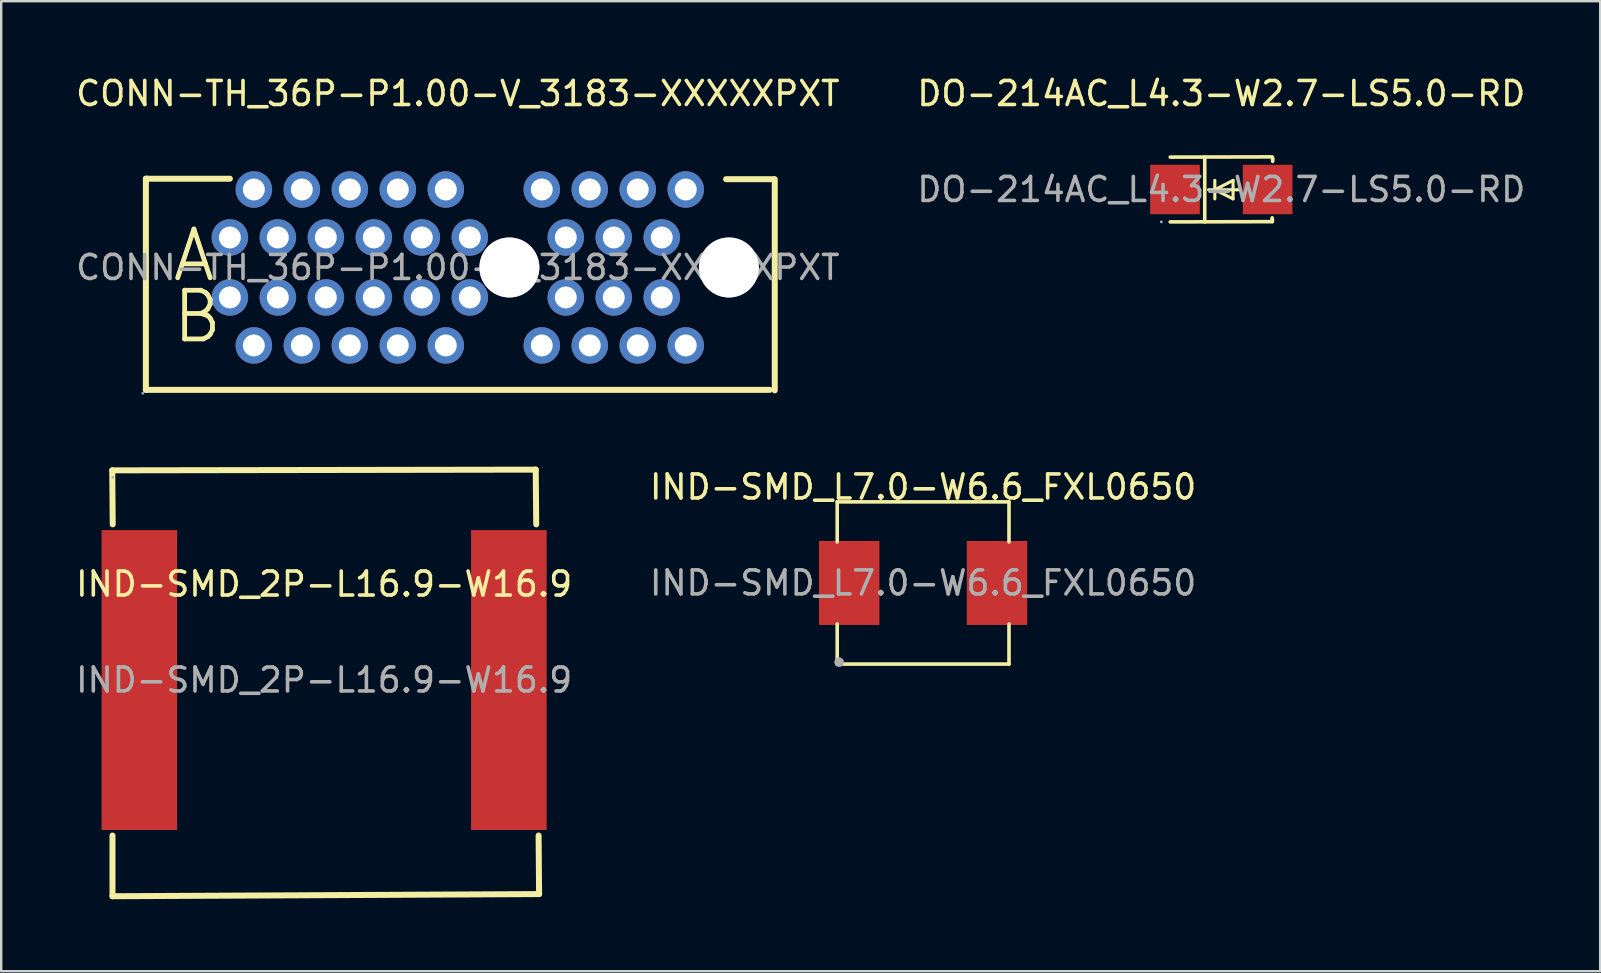
<source format=kicad_pcb>
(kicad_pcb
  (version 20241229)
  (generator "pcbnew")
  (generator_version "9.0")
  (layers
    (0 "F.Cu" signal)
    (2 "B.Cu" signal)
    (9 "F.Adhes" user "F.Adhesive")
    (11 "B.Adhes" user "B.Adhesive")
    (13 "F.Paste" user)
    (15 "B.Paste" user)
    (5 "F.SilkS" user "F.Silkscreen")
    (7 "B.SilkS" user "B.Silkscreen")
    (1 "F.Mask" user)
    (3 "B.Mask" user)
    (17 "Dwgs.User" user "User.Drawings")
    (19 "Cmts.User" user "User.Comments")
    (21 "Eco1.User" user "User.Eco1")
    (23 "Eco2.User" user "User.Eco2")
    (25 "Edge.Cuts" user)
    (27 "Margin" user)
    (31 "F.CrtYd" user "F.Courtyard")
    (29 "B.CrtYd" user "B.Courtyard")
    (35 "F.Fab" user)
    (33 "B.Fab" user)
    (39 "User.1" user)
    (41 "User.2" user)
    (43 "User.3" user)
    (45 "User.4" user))
  (footprint "DO-214AC_L4.3-W2.7-LS5.0-RD"
    (layer "F.Cu")
    (at 47.851 4.848)
    (property "Reference" "DO-214AC_L4.3-W2.7-LS5.0-RD" (at 0 -4 0) (layer "F.SilkS") (effects (font (size 1 1) (thickness 0.15))))
    (attr smd)
    (fp_line (start -2.13 -1.35) (end 2.12 -1.36) (stroke (width 0.15) (type solid)) (layer "F.SilkS"))
    (fp_line (start -2.13 1.35) (end 2.11 1.34) (stroke (width 0.15) (type solid)) (layer "F.SilkS"))
    (fp_line (start -0.69 -1.35) (end -0.69 1.35) (stroke (width 0.15) (type solid)) (layer "F.SilkS"))
    (fp_line (start -0.27 0.01) (end -0.27 -0.38) (stroke (width 0.13) (type solid)) (layer "F.SilkS"))
    (fp_line (start -0.27 0.01) (end -0.27 0.39) (stroke (width 0.13) (type solid)) (layer "F.SilkS"))
    (fp_line (start 0.49 -0.38) (end -0.27 0.01) (stroke (width 0.13) (type solid)) (layer "F.SilkS"))
    (fp_line (start 0.49 0.01) (end 0.49 -0.38) (stroke (width 0.13) (type solid)) (layer "F.SilkS"))
    (fp_line (start 0.49 0.01) (end 0.49 0.39) (stroke (width 0.13) (type solid)) (layer "F.SilkS"))
    (fp_line (start 0.49 0.39) (end -0.27 0.01) (stroke (width 0.13) (type solid)) (layer "F.SilkS"))
    (fp_line (start 0.74 0.01) (end -0.53 0.01) (stroke (width 0.13) (type solid)) (layer "F.SilkS"))
    (fp_line (start 2.12 1.18) (end 2.12 1.23) (stroke (width 0.15) (type solid)) (layer "F.SilkS"))
    (fp_line (start 2.13 1.25) (end 2.13 1.34) (stroke (width 0.15) (type solid)) (layer "F.SilkS"))
    (fp_line (start 2.14 -1.31) (end 2.14 -1.26) (stroke (width 0.15) (type solid)) (layer "F.SilkS"))
    (fp_line (start 2.14 -1.26) (end 2.14 -1.17) (stroke (width 0.15) (type solid)) (layer "F.SilkS"))
    (fp_circle (center -2.5 1.35) (end -2.47 1.35) (stroke (width 0.06) (type solid)) (fill no) (layer "F.Fab"))
    (fp_text user "${REFERENCE}" (at 0 0 0) (layer "F.Fab") (effects (font (size 1 1) (thickness 0.15))))
    (pad "1" smd rect (at -1.93 0 180) (size 2.07 2.06) (layers "F.Cu" "F.Mask" "F.Paste"))
    (pad "2" smd rect (at 1.93 0 180) (size 2.07 2.06) (layers "F.Cu" "F.Mask" "F.Paste")))
  (footprint "IND-SMD_2P-L16.9-W16.9"
    (layer "F.Cu")
    (at 10.458 25.293)
    (property "Reference" "IND-SMD_2P-L16.9-W16.9" (at 0 -4 0) (layer "F.SilkS") (effects (font (size 1 1) (thickness 0.15))))
    (attr smd)
    (fp_line (start -8.83 -8.74) (end -8.81 -6.49) (stroke (width 0.25) (type solid)) (layer "F.SilkS"))
    (fp_line (start -8.82 6.48) (end -8.82 9.01) (stroke (width 0.25) (type solid)) (layer "F.SilkS"))
    (fp_line (start -8.82 9.01) (end 8.96 8.92) (stroke (width 0.25) (type solid)) (layer "F.SilkS"))
    (fp_line (start 8.82 -8.77) (end -8.83 -8.74) (stroke (width 0.25) (type solid)) (layer "F.SilkS"))
    (fp_line (start 8.84 -6.49) (end 8.82 -8.77) (stroke (width 0.25) (type solid)) (layer "F.SilkS"))
    (fp_line (start 8.96 8.92) (end 8.94 6.48) (stroke (width 0.25) (type solid)) (layer "F.SilkS"))
    (fp_circle (center -8.8 -8.45) (end -8.77 -8.45) (stroke (width 0.06) (type solid)) (fill no) (layer "F.Fab"))
    (fp_text user "${REFERENCE}" (at 0 0 0) (layer "F.Fab") (effects (font (size 1 1) (thickness 0.15))))
    (pad "1" smd rect (at -7.7 0) (size 3.15 12.5) (layers "F.Cu" "F.Mask" "F.Paste"))
    (pad "2" smd rect (at 7.7 0) (size 3.15 12.5) (layers "F.Cu" "F.Mask" "F.Paste")))
  (footprint "CONN-TH_36P-P1.00-V_3183-XXXXXPXT"
    (layer "F.Cu")
    (at 16.03 8.098)
    (property "Reference" "CONN-TH_36P-P1.00-V_3183-XXXXXPXT" (at 0 -7.25 0) (layer "F.SilkS") (effects (font (size 1 1) (thickness 0.15))))
    (attr through_hole)
    (fp_line (start -13 -3.7) (end -13 5.1) (stroke (width 0.25) (type solid)) (layer "F.SilkS"))
    (fp_line (start -13 -3.7) (end -12.95 -3.7) (stroke (width 0.25) (type solid)) (layer "F.SilkS"))
    (fp_line (start -13 5.1) (end 13 5.1) (stroke (width 0.25) (type solid)) (layer "F.SilkS"))
    (fp_line (start -12.95 -3.7) (end -9.5 -3.7) (stroke (width 0.25) (type solid)) (layer "F.SilkS"))
    (fp_line (start 11.18 -3.68) (end 13.17 -3.68) (stroke (width 0.25) (type solid)) (layer "F.SilkS"))
    (fp_line (start 13.21 -3.68) (end 13.21 5.12) (stroke (width 0.25) (type solid)) (layer "F.SilkS"))
    (fp_circle (center -13.13 5.24) (end -13.1 5.24) (stroke (width 0.06) (type solid)) (fill no) (layer "F.Fab"))
    (fp_circle (center -9.5 -1.25) (end -9.32 -1.25) (stroke (width 0.36) (type solid)) (fill no) (layer "F.Fab"))
    (fp_circle (center -9.5 1.25) (end -9.32 1.25) (stroke (width 0.36) (type solid)) (fill no) (layer "F.Fab"))
    (fp_circle (center -8.5 -3.25) (end -8.32 -3.25) (stroke (width 0.36) (type solid)) (fill no) (layer "F.Fab"))
    (fp_circle (center -8.5 3.25) (end -8.32 3.25) (stroke (width 0.36) (type solid)) (fill no) (layer "F.Fab"))
    (fp_circle (center -7.5 -1.25) (end -7.32 -1.25) (stroke (width 0.36) (type solid)) (fill no) (layer "F.Fab"))
    (fp_circle (center -7.5 1.25) (end -7.32 1.25) (stroke (width 0.36) (type solid)) (fill no) (layer "F.Fab"))
    (fp_circle (center -6.5 -3.25) (end -6.32 -3.25) (stroke (width 0.36) (type solid)) (fill no) (layer "F.Fab"))
    (fp_circle (center -6.5 3.25) (end -6.32 3.25) (stroke (width 0.36) (type solid)) (fill no) (layer "F.Fab"))
    (fp_circle (center -5.5 -1.25) (end -5.32 -1.25) (stroke (width 0.36) (type solid)) (fill no) (layer "F.Fab"))
    (fp_circle (center -5.5 1.25) (end -5.32 1.25) (stroke (width 0.36) (type solid)) (fill no) (layer "F.Fab"))
    (fp_circle (center -4.5 -3.25) (end -4.32 -3.25) (stroke (width 0.36) (type solid)) (fill no) (layer "F.Fab"))
    (fp_circle (center -4.5 3.25) (end -4.32 3.25) (stroke (width 0.36) (type solid)) (fill no) (layer "F.Fab"))
    (fp_circle (center -3.5 -1.25) (end -3.32 -1.25) (stroke (width 0.36) (type solid)) (fill no) (layer "F.Fab"))
    (fp_circle (center -3.5 1.25) (end -3.32 1.25) (stroke (width 0.36) (type solid)) (fill no) (layer "F.Fab"))
    (fp_circle (center -2.5 -3.25) (end -2.32 -3.25) (stroke (width 0.36) (type solid)) (fill no) (layer "F.Fab"))
    (fp_circle (center -2.5 3.25) (end -2.32 3.25) (stroke (width 0.36) (type solid)) (fill no) (layer "F.Fab"))
    (fp_circle (center -1.5 -1.25) (end -1.32 -1.25) (stroke (width 0.36) (type solid)) (fill no) (layer "F.Fab"))
    (fp_circle (center -1.5 1.25) (end -1.32 1.25) (stroke (width 0.36) (type solid)) (fill no) (layer "F.Fab"))
    (fp_circle (center -0.5 -3.25) (end -0.32 -3.25) (stroke (width 0.36) (type solid)) (fill no) (layer "F.Fab"))
    (fp_circle (center -0.5 3.25) (end -0.32 3.25) (stroke (width 0.36) (type solid)) (fill no) (layer "F.Fab"))
    (fp_circle (center 0.5 -1.25) (end 0.68 -1.25) (stroke (width 0.36) (type solid)) (fill no) (layer "F.Fab"))
    (fp_circle (center 0.5 1.25) (end 0.68 1.25) (stroke (width 0.36) (type solid)) (fill no) (layer "F.Fab"))
    (fp_circle (center 2.15 0) (end 2.73 0) (stroke (width 1.15) (type solid)) (fill no) (layer "F.Fab"))
    (fp_circle (center 3.5 -3.25) (end 3.68 -3.25) (stroke (width 0.36) (type solid)) (fill no) (layer "F.Fab"))
    (fp_circle (center 3.5 3.25) (end 3.68 3.25) (stroke (width 0.36) (type solid)) (fill no) (layer "F.Fab"))
    (fp_circle (center 4.5 -1.25) (end 4.68 -1.25) (stroke (width 0.36) (type solid)) (fill no) (layer "F.Fab"))
    (fp_circle (center 4.5 1.25) (end 4.68 1.25) (stroke (width 0.36) (type solid)) (fill no) (layer "F.Fab"))
    (fp_circle (center 5.5 -3.25) (end 5.68 -3.25) (stroke (width 0.36) (type solid)) (fill no) (layer "F.Fab"))
    (fp_circle (center 5.5 3.25) (end 5.68 3.25) (stroke (width 0.36) (type solid)) (fill no) (layer "F.Fab"))
    (fp_circle (center 6.5 -1.25) (end 6.68 -1.25) (stroke (width 0.36) (type solid)) (fill no) (layer "F.Fab"))
    (fp_circle (center 6.5 1.25) (end 6.68 1.25) (stroke (width 0.36) (type solid)) (fill no) (layer "F.Fab"))
    (fp_circle (center 7.5 -3.25) (end 7.68 -3.25) (stroke (width 0.36) (type solid)) (fill no) (layer "F.Fab"))
    (fp_circle (center 7.5 3.25) (end 7.68 3.25) (stroke (width 0.36) (type solid)) (fill no) (layer "F.Fab"))
    (fp_circle (center 8.5 -1.25) (end 8.68 -1.25) (stroke (width 0.36) (type solid)) (fill no) (layer "F.Fab"))
    (fp_circle (center 8.5 1.25) (end 8.68 1.25) (stroke (width 0.36) (type solid)) (fill no) (layer "F.Fab"))
    (fp_circle (center 9.5 -3.25) (end 9.68 -3.25) (stroke (width 0.36) (type solid)) (fill no) (layer "F.Fab"))
    (fp_circle (center 9.5 3.25) (end 9.68 3.25) (stroke (width 0.36) (type solid)) (fill no) (layer "F.Fab"))
    (fp_circle (center 11.3 0) (end 11.88 0) (stroke (width 1.15) (type solid)) (fill no) (layer "F.Fab"))
    (fp_text user "A" (at -12 -0.5 0) (layer "F.SilkS") (effects (font (size 2.03 2.03) (thickness 0.2)) (justify left)))
    (fp_text user "B" (at -12 2.05 0) (layer "F.SilkS") (effects (font (size 2.03 2.03) (thickness 0.2)) (justify left)))
    (fp_text user "${REFERENCE}" (at 0 0 0) (layer "F.Fab") (effects (font (size 1 1) (thickness 0.15))))
    (pad "" thru_hole circle (at 2.15 0) (size 2.5 2.5) (drill 2.5) (layers "*.Cu" "*.Mask"))
    (pad "" thru_hole circle (at 11.3 0) (size 2.5 2.5) (drill 2.5) (layers "*.Cu" "*.Mask"))
    (pad "A1" thru_hole circle (at -9.5 -1.25) (size 1.52 1.52) (drill 0.914) (layers "*.Cu" "*.Mask"))
    (pad "A2" thru_hole circle (at -8.5 -3.25) (size 1.52 1.52) (drill 0.914) (layers "*.Cu" "*.Mask"))
    (pad "A3" thru_hole circle (at -7.5 -1.25) (size 1.52 1.52) (drill 0.914) (layers "*.Cu" "*.Mask"))
    (pad "A4" thru_hole circle (at -6.5 -3.25) (size 1.52 1.52) (drill 0.914) (layers "*.Cu" "*.Mask"))
    (pad "A5" thru_hole circle (at -5.5 -1.25) (size 1.52 1.52) (drill 0.914) (layers "*.Cu" "*.Mask"))
    (pad "A6" thru_hole circle (at -4.5 -3.25) (size 1.52 1.52) (drill 0.914) (layers "*.Cu" "*.Mask"))
    (pad "A7" thru_hole circle (at -3.5 -1.25) (size 1.52 1.52) (drill 0.914) (layers "*.Cu" "*.Mask"))
    (pad "A8" thru_hole circle (at -2.5 -3.25) (size 1.52 1.52) (drill 0.914) (layers "*.Cu" "*.Mask"))
    (pad "A9" thru_hole circle (at -1.5 -1.25) (size 1.52 1.52) (drill 0.914) (layers "*.Cu" "*.Mask"))
    (pad "A10" thru_hole circle (at -0.5 -3.25) (size 1.52 1.52) (drill 0.914) (layers "*.Cu" "*.Mask"))
    (pad "A11" thru_hole circle (at 0.5 -1.25) (size 1.52 1.52) (drill 0.914) (layers "*.Cu" "*.Mask"))
    (pad "A12" thru_hole circle (at 3.5 -3.25) (size 1.52 1.52) (drill 0.914) (layers "*.Cu" "*.Mask"))
    (pad "A13" thru_hole circle (at 4.5 -1.25) (size 1.52 1.52) (drill 0.914) (layers "*.Cu" "*.Mask"))
    (pad "A14" thru_hole circle (at 5.5 -3.25) (size 1.52 1.52) (drill 0.914) (layers "*.Cu" "*.Mask"))
    (pad "A15" thru_hole circle (at 6.5 -1.25) (size 1.52 1.52) (drill 0.914) (layers "*.Cu" "*.Mask"))
    (pad "A16" thru_hole circle (at 7.5 -3.25) (size 1.52 1.52) (drill 0.914) (layers "*.Cu" "*.Mask"))
    (pad "A17" thru_hole circle (at 8.5 -1.25) (size 1.52 1.52) (drill 0.914) (layers "*.Cu" "*.Mask"))
    (pad "A18" thru_hole circle (at 9.5 -3.25) (size 1.52 1.52) (drill 0.914) (layers "*.Cu" "*.Mask"))
    (pad "B1" thru_hole circle (at -9.5 1.25) (size 1.52 1.52) (drill 0.914) (layers "*.Cu" "*.Mask"))
    (pad "B2" thru_hole circle (at -8.5 3.25) (size 1.52 1.52) (drill 0.914) (layers "*.Cu" "*.Mask"))
    (pad "B3" thru_hole circle (at -7.5 1.25) (size 1.52 1.52) (drill 0.914) (layers "*.Cu" "*.Mask"))
    (pad "B4" thru_hole circle (at -6.5 3.25) (size 1.52 1.52) (drill 0.914) (layers "*.Cu" "*.Mask"))
    (pad "B5" thru_hole circle (at -5.5 1.25) (size 1.52 1.52) (drill 0.914) (layers "*.Cu" "*.Mask"))
    (pad "B6" thru_hole circle (at -4.5 3.25) (size 1.52 1.52) (drill 0.914) (layers "*.Cu" "*.Mask"))
    (pad "B7" thru_hole circle (at -3.5 1.25) (size 1.52 1.52) (drill 0.914) (layers "*.Cu" "*.Mask"))
    (pad "B8" thru_hole circle (at -2.5 3.25) (size 1.52 1.52) (drill 0.914) (layers "*.Cu" "*.Mask"))
    (pad "B9" thru_hole circle (at -1.5 1.25) (size 1.52 1.52) (drill 0.914) (layers "*.Cu" "*.Mask"))
    (pad "B10" thru_hole circle (at -0.5 3.25) (size 1.52 1.52) (drill 0.914) (layers "*.Cu" "*.Mask"))
    (pad "B11" thru_hole circle (at 0.5 1.25) (size 1.52 1.52) (drill 0.914) (layers "*.Cu" "*.Mask"))
    (pad "B12" thru_hole circle (at 3.5 3.25) (size 1.52 1.52) (drill 0.914) (layers "*.Cu" "*.Mask"))
    (pad "B13" thru_hole circle (at 4.5 1.25) (size 1.52 1.52) (drill 0.914) (layers "*.Cu" "*.Mask"))
    (pad "B14" thru_hole circle (at 5.5 3.25) (size 1.52 1.52) (drill 0.914) (layers "*.Cu" "*.Mask"))
    (pad "B15" thru_hole circle (at 6.5 1.25) (size 1.52 1.52) (drill 0.914) (layers "*.Cu" "*.Mask"))
    (pad "B16" thru_hole circle (at 7.5 3.25) (size 1.52 1.52) (drill 0.914) (layers "*.Cu" "*.Mask"))
    (pad "B17" thru_hole circle (at 8.5 1.25) (size 1.52 1.52) (drill 0.914) (layers "*.Cu" "*.Mask"))
    (pad "B18" thru_hole circle (at 9.5 3.25) (size 1.52 1.52) (drill 0.914) (layers "*.Cu" "*.Mask")))
  (footprint "IND-SMD_L7.0-W6.6_FXL0650"
    (layer "F.Cu")
    (at 35.423 21.247)
    (property "Reference" "IND-SMD_L7.0-W6.6_FXL0650" (at 0 -4 0) (layer "F.SilkS") (effects (font (size 1 1) (thickness 0.15))))
    (attr smd)
    (fp_line (start -3.58 -3.38) (end 3.58 -3.38) (stroke (width 0.15) (type solid)) (layer "F.SilkS"))
    (fp_line (start -3.58 -1.71) (end -3.58 -3.38) (stroke (width 0.15) (type solid)) (layer "F.SilkS"))
    (fp_line (start -3.58 1.71) (end -3.58 3.38) (stroke (width 0.15) (type solid)) (layer "F.SilkS"))
    (fp_line (start -3.58 3.38) (end 3.58 3.38) (stroke (width 0.15) (type solid)) (layer "F.SilkS"))
    (fp_line (start 3.58 -3.38) (end 3.58 -1.71) (stroke (width 0.15) (type solid)) (layer "F.SilkS"))
    (fp_line (start 3.58 3.38) (end 3.58 1.71) (stroke (width 0.15) (type solid)) (layer "F.SilkS"))
    (fp_circle (center -3.5 3.3) (end -3.4 3.3) (stroke (width 0.2) (type solid)) (fill no) (layer "F.Fab"))
    (fp_text user "${REFERENCE}" (at 0 0 0) (layer "F.Fab") (effects (font (size 1 1) (thickness 0.15))))
    (pad "1" smd rect (at 3.08 0) (size 2.52 3.5) (layers "F.Cu" "F.Mask" "F.Paste"))
    (pad "2" smd rect (at -3.08 0) (size 2.52 3.5) (layers "F.Cu" "F.Mask" "F.Paste")))
  (gr_rect
    (start -3 -3)
    (end 63.643 37.428)
    (stroke (width 0.1) (type default))
    (fill no)
    (layer "Edge.Cuts")))
</source>
